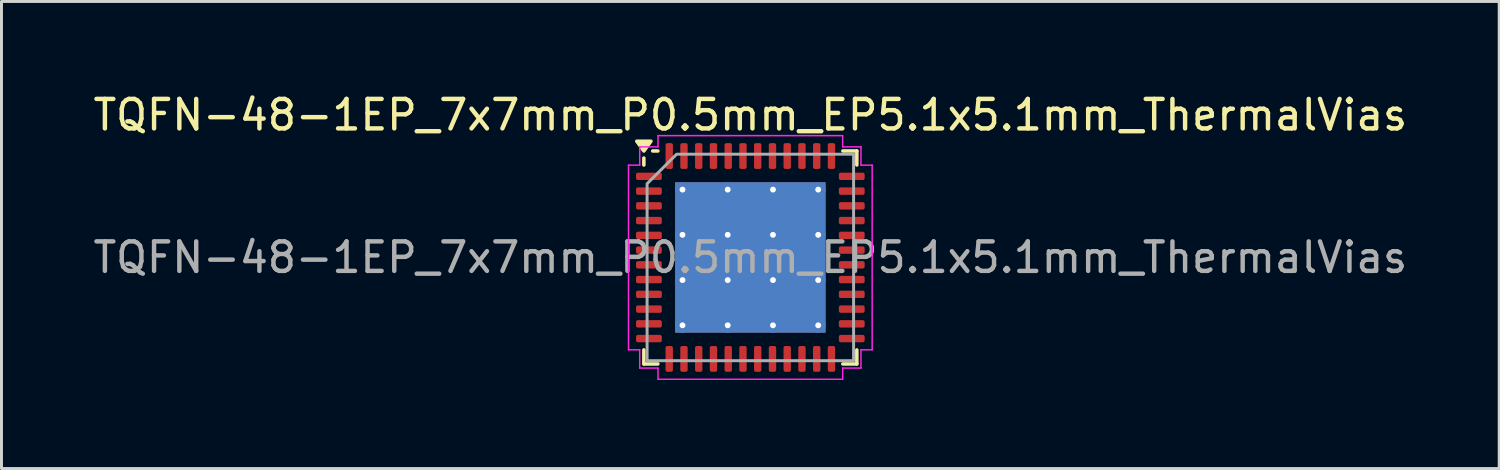
<source format=kicad_pcb>
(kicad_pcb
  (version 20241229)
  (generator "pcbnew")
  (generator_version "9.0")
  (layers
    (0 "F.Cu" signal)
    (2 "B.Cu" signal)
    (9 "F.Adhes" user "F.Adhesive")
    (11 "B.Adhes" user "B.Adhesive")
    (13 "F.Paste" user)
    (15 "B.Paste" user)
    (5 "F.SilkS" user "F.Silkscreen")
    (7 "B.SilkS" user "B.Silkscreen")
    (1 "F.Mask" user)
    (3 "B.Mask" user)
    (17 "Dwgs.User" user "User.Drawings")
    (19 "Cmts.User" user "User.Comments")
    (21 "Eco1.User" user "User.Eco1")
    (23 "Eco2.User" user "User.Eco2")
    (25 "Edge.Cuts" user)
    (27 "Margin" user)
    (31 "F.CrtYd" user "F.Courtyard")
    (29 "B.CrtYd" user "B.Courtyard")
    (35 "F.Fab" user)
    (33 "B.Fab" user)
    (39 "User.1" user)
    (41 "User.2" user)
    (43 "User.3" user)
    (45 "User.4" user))
  (footprint "TQFN-48-1EP_7x7mm_P0.5mm_EP5.1x5.1mm_ThermalVias"
    (layer "F.Cu")
    (at 22.387 5.678)
    (property "Reference" "TQFN-48-1EP_7x7mm_P0.5mm_EP5.1x5.1mm_ThermalVias" (at 0 -4.83 0) (layer "F.SilkS") (effects (font (size 1 1) (thickness 0.15))))
    (attr smd)
    (fp_line (start -3.61 -3.135) (end -3.61 -3.37) (stroke (width 0.12) (type solid)) (layer "F.SilkS"))
    (fp_line (start -3.61 3.61) (end -3.61 3.135) (stroke (width 0.12) (type solid)) (layer "F.SilkS"))
    (fp_line (start -3.135 -3.61) (end -3.31 -3.61) (stroke (width 0.12) (type solid)) (layer "F.SilkS"))
    (fp_line (start -3.135 3.61) (end -3.61 3.61) (stroke (width 0.12) (type solid)) (layer "F.SilkS"))
    (fp_line (start 3.135 -3.61) (end 3.61 -3.61) (stroke (width 0.12) (type solid)) (layer "F.SilkS"))
    (fp_line (start 3.135 3.61) (end 3.61 3.61) (stroke (width 0.12) (type solid)) (layer "F.SilkS"))
    (fp_line (start 3.61 -3.61) (end 3.61 -3.135) (stroke (width 0.12) (type solid)) (layer "F.SilkS"))
    (fp_line (start 3.61 3.61) (end 3.61 3.135) (stroke (width 0.12) (type solid)) (layer "F.SilkS"))
    (fp_poly (pts (xy -3.61 -3.61) (xy -3.85 -3.94) (xy -3.37 -3.94)) (stroke (width 0.12) (type solid)) (fill yes) (layer "F.SilkS"))
    (fp_line (start -4.13 -3.13) (end -3.75 -3.13) (stroke (width 0.05) (type solid)) (layer "F.CrtYd"))
    (fp_line (start -4.13 3.13) (end -4.13 -3.13) (stroke (width 0.05) (type solid)) (layer "F.CrtYd"))
    (fp_line (start -3.75 -3.75) (end -3.13 -3.75) (stroke (width 0.05) (type solid)) (layer "F.CrtYd"))
    (fp_line (start -3.75 -3.13) (end -3.75 -3.75) (stroke (width 0.05) (type solid)) (layer "F.CrtYd"))
    (fp_line (start -3.75 3.13) (end -4.13 3.13) (stroke (width 0.05) (type solid)) (layer "F.CrtYd"))
    (fp_line (start -3.75 3.75) (end -3.75 3.13) (stroke (width 0.05) (type solid)) (layer "F.CrtYd"))
    (fp_line (start -3.13 -4.13) (end 3.13 -4.13) (stroke (width 0.05) (type solid)) (layer "F.CrtYd"))
    (fp_line (start -3.13 -3.75) (end -3.13 -4.13) (stroke (width 0.05) (type solid)) (layer "F.CrtYd"))
    (fp_line (start -3.13 3.75) (end -3.75 3.75) (stroke (width 0.05) (type solid)) (layer "F.CrtYd"))
    (fp_line (start -3.13 4.13) (end -3.13 3.75) (stroke (width 0.05) (type solid)) (layer "F.CrtYd"))
    (fp_line (start 3.13 -4.13) (end 3.13 -3.75) (stroke (width 0.05) (type solid)) (layer "F.CrtYd"))
    (fp_line (start 3.13 -3.75) (end 3.75 -3.75) (stroke (width 0.05) (type solid)) (layer "F.CrtYd"))
    (fp_line (start 3.13 3.75) (end 3.13 4.13) (stroke (width 0.05) (type solid)) (layer "F.CrtYd"))
    (fp_line (start 3.13 4.13) (end -3.13 4.13) (stroke (width 0.05) (type solid)) (layer "F.CrtYd"))
    (fp_line (start 3.75 -3.75) (end 3.75 -3.13) (stroke (width 0.05) (type solid)) (layer "F.CrtYd"))
    (fp_line (start 3.75 -3.13) (end 4.13 -3.13) (stroke (width 0.05) (type solid)) (layer "F.CrtYd"))
    (fp_line (start 3.75 3.13) (end 3.75 3.75) (stroke (width 0.05) (type solid)) (layer "F.CrtYd"))
    (fp_line (start 3.75 3.75) (end 3.13 3.75) (stroke (width 0.05) (type solid)) (layer "F.CrtYd"))
    (fp_line (start 4.13 -3.13) (end 4.13 3.13) (stroke (width 0.05) (type solid)) (layer "F.CrtYd"))
    (fp_line (start 4.13 3.13) (end 3.75 3.13) (stroke (width 0.05) (type solid)) (layer "F.CrtYd"))
    (fp_poly (pts (xy -3.5 -2.5) (xy -3.5 3.5) (xy 3.5 3.5) (xy 3.5 -3.5) (xy -2.5 -3.5)) (stroke (width 0.1) (type solid)) (fill no) (layer "F.Fab"))
    (fp_text user "${REFERENCE}" (at 0 0 0) (layer "F.Fab") (effects (font (size 1 1) (thickness 0.15))))
    (pad "" smd roundrect (at -1.7 -1.7) (size 1.47 1.47) (layers "F.Paste") (roundrect_rratio 0.17))
    (pad "" smd roundrect (at -1.7 0) (size 1.47 1.47) (layers "F.Paste") (roundrect_rratio 0.17))
    (pad "" smd roundrect (at -1.7 1.7) (size 1.47 1.47) (layers "F.Paste") (roundrect_rratio 0.17))
    (pad "" smd roundrect (at 0 -1.7) (size 1.47 1.47) (layers "F.Paste") (roundrect_rratio 0.17))
    (pad "" smd roundrect (at 0 0) (size 1.47 1.47) (layers "F.Paste") (roundrect_rratio 0.17))
    (pad "" smd roundrect (at 0 1.7) (size 1.47 1.47) (layers "F.Paste") (roundrect_rratio 0.17))
    (pad "" smd roundrect (at 1.7 -1.7) (size 1.47 1.47) (layers "F.Paste") (roundrect_rratio 0.17))
    (pad "" smd roundrect (at 1.7 0) (size 1.47 1.47) (layers "F.Paste") (roundrect_rratio 0.17))
    (pad "" smd roundrect (at 1.7 1.7) (size 1.47 1.47) (layers "F.Paste") (roundrect_rratio 0.17))
    (pad "1" smd roundrect (at -3.438 -2.75) (size 0.875 0.25) (layers "F.Cu" "F.Mask" "F.Paste") (roundrect_rratio 0.25))
    (pad "2" smd roundrect (at -3.438 -2.25) (size 0.875 0.25) (layers "F.Cu" "F.Mask" "F.Paste") (roundrect_rratio 0.25))
    (pad "3" smd roundrect (at -3.438 -1.75) (size 0.875 0.25) (layers "F.Cu" "F.Mask" "F.Paste") (roundrect_rratio 0.25))
    (pad "4" smd roundrect (at -3.438 -1.25) (size 0.875 0.25) (layers "F.Cu" "F.Mask" "F.Paste") (roundrect_rratio 0.25))
    (pad "5" smd roundrect (at -3.438 -0.75) (size 0.875 0.25) (layers "F.Cu" "F.Mask" "F.Paste") (roundrect_rratio 0.25))
    (pad "6" smd roundrect (at -3.438 -0.25) (size 0.875 0.25) (layers "F.Cu" "F.Mask" "F.Paste") (roundrect_rratio 0.25))
    (pad "7" smd roundrect (at -3.438 0.25) (size 0.875 0.25) (layers "F.Cu" "F.Mask" "F.Paste") (roundrect_rratio 0.25))
    (pad "8" smd roundrect (at -3.438 0.75) (size 0.875 0.25) (layers "F.Cu" "F.Mask" "F.Paste") (roundrect_rratio 0.25))
    (pad "9" smd roundrect (at -3.438 1.25) (size 0.875 0.25) (layers "F.Cu" "F.Mask" "F.Paste") (roundrect_rratio 0.25))
    (pad "10" smd roundrect (at -3.438 1.75) (size 0.875 0.25) (layers "F.Cu" "F.Mask" "F.Paste") (roundrect_rratio 0.25))
    (pad "11" smd roundrect (at -3.438 2.25) (size 0.875 0.25) (layers "F.Cu" "F.Mask" "F.Paste") (roundrect_rratio 0.25))
    (pad "12" smd roundrect (at -3.438 2.75) (size 0.875 0.25) (layers "F.Cu" "F.Mask" "F.Paste") (roundrect_rratio 0.25))
    (pad "13" smd roundrect (at -2.75 3.438) (size 0.25 0.875) (layers "F.Cu" "F.Mask" "F.Paste") (roundrect_rratio 0.25))
    (pad "14" smd roundrect (at -2.25 3.438) (size 0.25 0.875) (layers "F.Cu" "F.Mask" "F.Paste") (roundrect_rratio 0.25))
    (pad "15" smd roundrect (at -1.75 3.438) (size 0.25 0.875) (layers "F.Cu" "F.Mask" "F.Paste") (roundrect_rratio 0.25))
    (pad "16" smd roundrect (at -1.25 3.438) (size 0.25 0.875) (layers "F.Cu" "F.Mask" "F.Paste") (roundrect_rratio 0.25))
    (pad "17" smd roundrect (at -0.75 3.438) (size 0.25 0.875) (layers "F.Cu" "F.Mask" "F.Paste") (roundrect_rratio 0.25))
    (pad "18" smd roundrect (at -0.25 3.438) (size 0.25 0.875) (layers "F.Cu" "F.Mask" "F.Paste") (roundrect_rratio 0.25))
    (pad "19" smd roundrect (at 0.25 3.438) (size 0.25 0.875) (layers "F.Cu" "F.Mask" "F.Paste") (roundrect_rratio 0.25))
    (pad "20" smd roundrect (at 0.75 3.438) (size 0.25 0.875) (layers "F.Cu" "F.Mask" "F.Paste") (roundrect_rratio 0.25))
    (pad "21" smd roundrect (at 1.25 3.438) (size 0.25 0.875) (layers "F.Cu" "F.Mask" "F.Paste") (roundrect_rratio 0.25))
    (pad "22" smd roundrect (at 1.75 3.438) (size 0.25 0.875) (layers "F.Cu" "F.Mask" "F.Paste") (roundrect_rratio 0.25))
    (pad "23" smd roundrect (at 2.25 3.438) (size 0.25 0.875) (layers "F.Cu" "F.Mask" "F.Paste") (roundrect_rratio 0.25))
    (pad "24" smd roundrect (at 2.75 3.438) (size 0.25 0.875) (layers "F.Cu" "F.Mask" "F.Paste") (roundrect_rratio 0.25))
    (pad "25" smd roundrect (at 3.438 2.75) (size 0.875 0.25) (layers "F.Cu" "F.Mask" "F.Paste") (roundrect_rratio 0.25))
    (pad "26" smd roundrect (at 3.438 2.25) (size 0.875 0.25) (layers "F.Cu" "F.Mask" "F.Paste") (roundrect_rratio 0.25))
    (pad "27" smd roundrect (at 3.438 1.75) (size 0.875 0.25) (layers "F.Cu" "F.Mask" "F.Paste") (roundrect_rratio 0.25))
    (pad "28" smd roundrect (at 3.438 1.25) (size 0.875 0.25) (layers "F.Cu" "F.Mask" "F.Paste") (roundrect_rratio 0.25))
    (pad "29" smd roundrect (at 3.438 0.75) (size 0.875 0.25) (layers "F.Cu" "F.Mask" "F.Paste") (roundrect_rratio 0.25))
    (pad "30" smd roundrect (at 3.438 0.25) (size 0.875 0.25) (layers "F.Cu" "F.Mask" "F.Paste") (roundrect_rratio 0.25))
    (pad "31" smd roundrect (at 3.438 -0.25) (size 0.875 0.25) (layers "F.Cu" "F.Mask" "F.Paste") (roundrect_rratio 0.25))
    (pad "32" smd roundrect (at 3.438 -0.75) (size 0.875 0.25) (layers "F.Cu" "F.Mask" "F.Paste") (roundrect_rratio 0.25))
    (pad "33" smd roundrect (at 3.438 -1.25) (size 0.875 0.25) (layers "F.Cu" "F.Mask" "F.Paste") (roundrect_rratio 0.25))
    (pad "34" smd roundrect (at 3.438 -1.75) (size 0.875 0.25) (layers "F.Cu" "F.Mask" "F.Paste") (roundrect_rratio 0.25))
    (pad "35" smd roundrect (at 3.438 -2.25) (size 0.875 0.25) (layers "F.Cu" "F.Mask" "F.Paste") (roundrect_rratio 0.25))
    (pad "36" smd roundrect (at 3.438 -2.75) (size 0.875 0.25) (layers "F.Cu" "F.Mask" "F.Paste") (roundrect_rratio 0.25))
    (pad "37" smd roundrect (at 2.75 -3.438) (size 0.25 0.875) (layers "F.Cu" "F.Mask" "F.Paste") (roundrect_rratio 0.25))
    (pad "38" smd roundrect (at 2.25 -3.438) (size 0.25 0.875) (layers "F.Cu" "F.Mask" "F.Paste") (roundrect_rratio 0.25))
    (pad "39" smd roundrect (at 1.75 -3.438) (size 0.25 0.875) (layers "F.Cu" "F.Mask" "F.Paste") (roundrect_rratio 0.25))
    (pad "40" smd roundrect (at 1.25 -3.438) (size 0.25 0.875) (layers "F.Cu" "F.Mask" "F.Paste") (roundrect_rratio 0.25))
    (pad "41" smd roundrect (at 0.75 -3.438) (size 0.25 0.875) (layers "F.Cu" "F.Mask" "F.Paste") (roundrect_rratio 0.25))
    (pad "42" smd roundrect (at 0.25 -3.438) (size 0.25 0.875) (layers "F.Cu" "F.Mask" "F.Paste") (roundrect_rratio 0.25))
    (pad "43" smd roundrect (at -0.25 -3.438) (size 0.25 0.875) (layers "F.Cu" "F.Mask" "F.Paste") (roundrect_rratio 0.25))
    (pad "44" smd roundrect (at -0.75 -3.438) (size 0.25 0.875) (layers "F.Cu" "F.Mask" "F.Paste") (roundrect_rratio 0.25))
    (pad "45" smd roundrect (at -1.25 -3.438) (size 0.25 0.875) (layers "F.Cu" "F.Mask" "F.Paste") (roundrect_rratio 0.25))
    (pad "46" smd roundrect (at -1.75 -3.438) (size 0.25 0.875) (layers "F.Cu" "F.Mask" "F.Paste") (roundrect_rratio 0.25))
    (pad "47" smd roundrect (at -2.25 -3.438) (size 0.25 0.875) (layers "F.Cu" "F.Mask" "F.Paste") (roundrect_rratio 0.25))
    (pad "48" smd roundrect (at -2.75 -3.438) (size 0.25 0.875) (layers "F.Cu" "F.Mask" "F.Paste") (roundrect_rratio 0.25))
    (pad "49" thru_hole circle (at -2.3 -2.3) (size 0.5 0.5) (drill 0.2) (property pad_prop_heatsink) (layers "*.Cu"))
    (pad "49" thru_hole circle (at -2.3 -0.767) (size 0.5 0.5) (drill 0.2) (property pad_prop_heatsink) (layers "*.Cu"))
    (pad "49" thru_hole circle (at -2.3 0.767) (size 0.5 0.5) (drill 0.2) (property pad_prop_heatsink) (layers "*.Cu"))
    (pad "49" thru_hole circle (at -2.3 2.3) (size 0.5 0.5) (drill 0.2) (property pad_prop_heatsink) (layers "*.Cu"))
    (pad "49" thru_hole circle (at -0.767 -2.3) (size 0.5 0.5) (drill 0.2) (property pad_prop_heatsink) (layers "*.Cu"))
    (pad "49" thru_hole circle (at -0.767 -0.767) (size 0.5 0.5) (drill 0.2) (property pad_prop_heatsink) (layers "*.Cu"))
    (pad "49" thru_hole circle (at -0.767 0.767) (size 0.5 0.5) (drill 0.2) (property pad_prop_heatsink) (layers "*.Cu"))
    (pad "49" thru_hole circle (at -0.767 2.3) (size 0.5 0.5) (drill 0.2) (property pad_prop_heatsink) (layers "*.Cu"))
    (pad "49" smd rect (at 0 0) (size 5.1 5.1) (property pad_prop_heatsink) (layers "F.Cu" "F.Mask"))
    (pad "49" smd rect (at 0 0) (size 5.1 5.1) (property pad_prop_heatsink) (layers "B.Cu"))
    (pad "49" thru_hole circle (at 0.767 -2.3) (size 0.5 0.5) (drill 0.2) (property pad_prop_heatsink) (layers "*.Cu"))
    (pad "49" thru_hole circle (at 0.767 -0.767) (size 0.5 0.5) (drill 0.2) (property pad_prop_heatsink) (layers "*.Cu"))
    (pad "49" thru_hole circle (at 0.767 0.767) (size 0.5 0.5) (drill 0.2) (property pad_prop_heatsink) (layers "*.Cu"))
    (pad "49" thru_hole circle (at 0.767 2.3) (size 0.5 0.5) (drill 0.2) (property pad_prop_heatsink) (layers "*.Cu"))
    (pad "49" thru_hole circle (at 2.3 -2.3) (size 0.5 0.5) (drill 0.2) (property pad_prop_heatsink) (layers "*.Cu"))
    (pad "49" thru_hole circle (at 2.3 -0.767) (size 0.5 0.5) (drill 0.2) (property pad_prop_heatsink) (layers "*.Cu"))
    (pad "49" thru_hole circle (at 2.3 0.767) (size 0.5 0.5) (drill 0.2) (property pad_prop_heatsink) (layers "*.Cu"))
    (pad "49" thru_hole circle (at 2.3 2.3) (size 0.5 0.5) (drill 0.2) (property pad_prop_heatsink) (layers "*.Cu")))
  (gr_rect
    (start -3 -3)
    (end 47.774 12.833)
    (stroke (width 0.1) (type default))
    (fill no)
    (layer "Edge.Cuts")))
</source>
